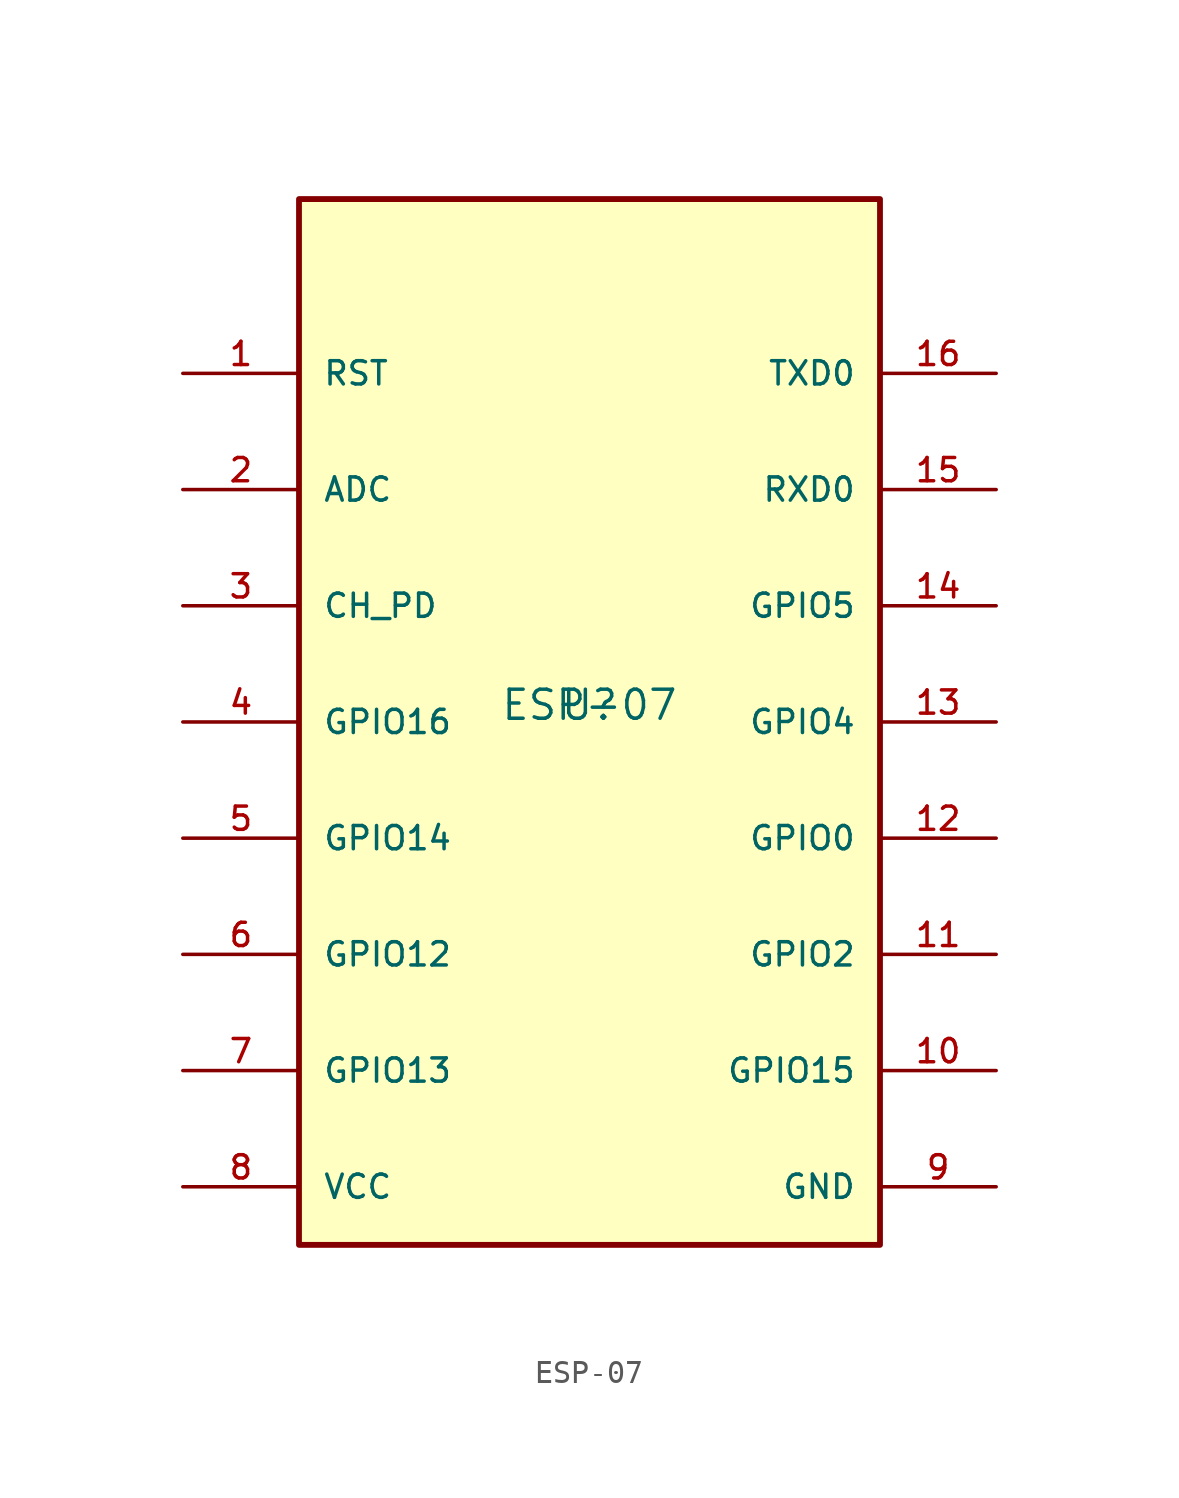
<source format=kicad_sym>
(kicad_symbol_lib
  (version 20211014)
  (generator kicad_symbol_editor)
  (symbol "ESP-07"
    (pin_names
      (offset 1.016))
    (property "Reference" "U"
      (at 0 0 0)
      (effects (font (size 1.27 1.27)) (justify bottom)))
    (property "Value" "ESP-07"
      (at 0 0.0 0)
      (effects (font (size 1.27 1.27)) (justify bottom)))
    (symbol "ESP-07_0_0"
      (rectangle (start -12.7 -22.86) (end 12.7 22.86) (stroke (width 0.254)) (fill (type background)))
      (pin bidirectional line (at -17.78 15.24 0) (length 5.08) (name "RST" (effects (font (size 1.016 1.016)))) (number "1" (effects (font (size 1.016 1.016)))))
      (pin bidirectional line (at -17.78 10.16 0) (length 5.08) (name "ADC" (effects (font (size 1.016 1.016)))) (number "2" (effects (font (size 1.016 1.016)))))
      (pin bidirectional line (at -17.78 5.08 0) (length 5.08) (name "CH_PD" (effects (font (size 1.016 1.016)))) (number "3" (effects (font (size 1.016 1.016)))))
      (pin bidirectional line (at -17.78 0.0 0) (length 5.08) (name "GPIO16" (effects (font (size 1.016 1.016)))) (number "4" (effects (font (size 1.016 1.016)))))
      (pin bidirectional line (at -17.78 -5.08 0) (length 5.08) (name "GPIO14" (effects (font (size 1.016 1.016)))) (number "5" (effects (font (size 1.016 1.016)))))
      (pin bidirectional line (at -17.78 -10.16 0) (length 5.08) (name "GPIO12" (effects (font (size 1.016 1.016)))) (number "6" (effects (font (size 1.016 1.016)))))
      (pin bidirectional line (at -17.78 -15.24 0) (length 5.08) (name "GPIO13" (effects (font (size 1.016 1.016)))) (number "7" (effects (font (size 1.016 1.016)))))
      (pin bidirectional line (at -17.78 -20.32 0) (length 5.08) (name "VCC" (effects (font (size 1.016 1.016)))) (number "8" (effects (font (size 1.016 1.016)))))
      (pin bidirectional line (at 17.78 -20.32 180.0) (length 5.08) (name "GND" (effects (font (size 1.016 1.016)))) (number "9" (effects (font (size 1.016 1.016)))))
      (pin bidirectional line (at 17.78 -15.24 180.0) (length 5.08) (name "GPIO15" (effects (font (size 1.016 1.016)))) (number "10" (effects (font (size 1.016 1.016)))))
      (pin bidirectional line (at 17.78 -10.16 180.0) (length 5.08) (name "GPIO2" (effects (font (size 1.016 1.016)))) (number "11" (effects (font (size 1.016 1.016)))))
      (pin bidirectional line (at 17.78 -5.08 180.0) (length 5.08) (name "GPIO0" (effects (font (size 1.016 1.016)))) (number "12" (effects (font (size 1.016 1.016)))))
      (pin bidirectional line (at 17.78 0.0 180.0) (length 5.08) (name "GPIO4" (effects (font (size 1.016 1.016)))) (number "13" (effects (font (size 1.016 1.016)))))
      (pin bidirectional line (at 17.78 5.08 180.0) (length 5.08) (name "GPIO5" (effects (font (size 1.016 1.016)))) (number "14" (effects (font (size 1.016 1.016)))))
      (pin bidirectional line (at 17.78 10.16 180.0) (length 5.08) (name "RXD0" (effects (font (size 1.016 1.016)))) (number "15" (effects (font (size 1.016 1.016)))))
      (pin bidirectional line (at 17.78 15.24 180.0) (length 5.08) (name "TXD0" (effects (font (size 1.016 1.016)))) (number "16" (effects (font (size 1.016 1.016))))))))
</source>
